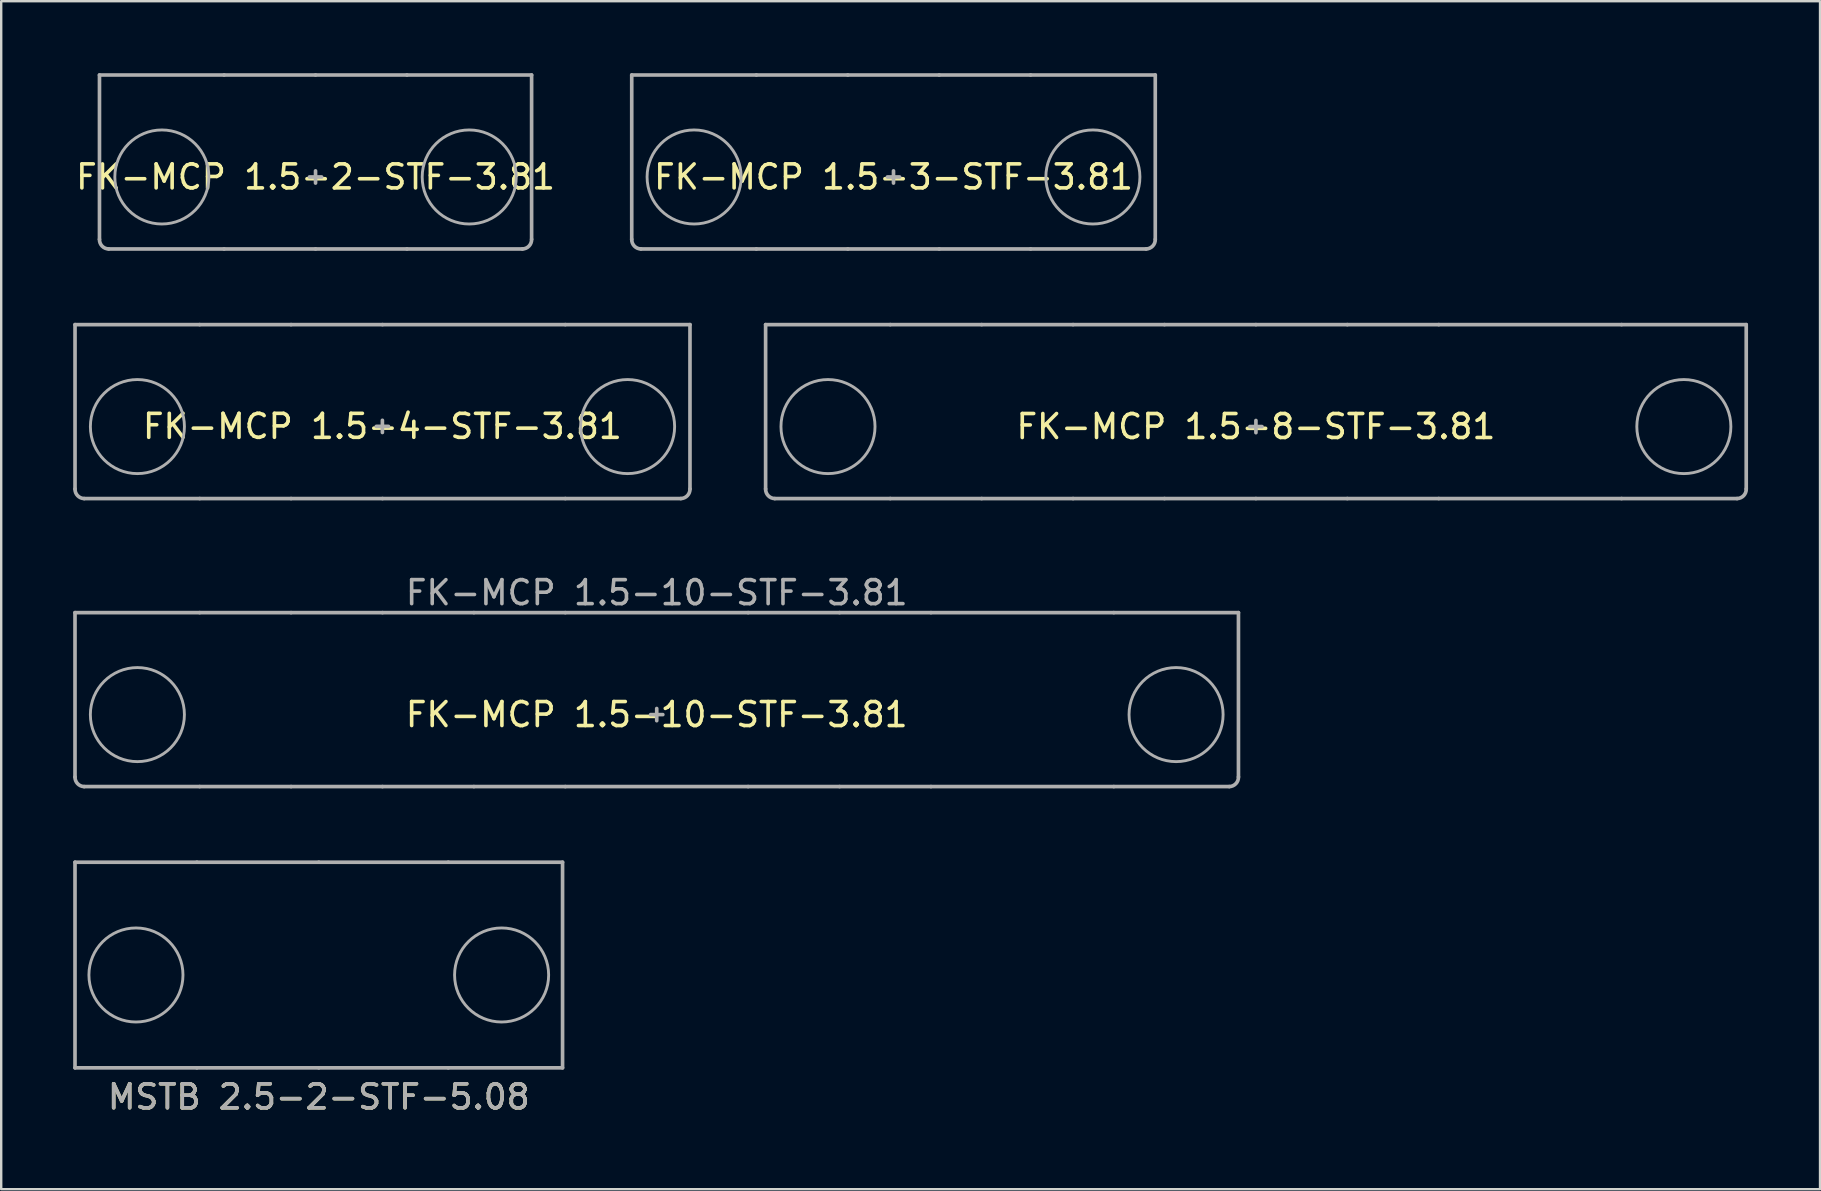
<source format=kicad_pcb>
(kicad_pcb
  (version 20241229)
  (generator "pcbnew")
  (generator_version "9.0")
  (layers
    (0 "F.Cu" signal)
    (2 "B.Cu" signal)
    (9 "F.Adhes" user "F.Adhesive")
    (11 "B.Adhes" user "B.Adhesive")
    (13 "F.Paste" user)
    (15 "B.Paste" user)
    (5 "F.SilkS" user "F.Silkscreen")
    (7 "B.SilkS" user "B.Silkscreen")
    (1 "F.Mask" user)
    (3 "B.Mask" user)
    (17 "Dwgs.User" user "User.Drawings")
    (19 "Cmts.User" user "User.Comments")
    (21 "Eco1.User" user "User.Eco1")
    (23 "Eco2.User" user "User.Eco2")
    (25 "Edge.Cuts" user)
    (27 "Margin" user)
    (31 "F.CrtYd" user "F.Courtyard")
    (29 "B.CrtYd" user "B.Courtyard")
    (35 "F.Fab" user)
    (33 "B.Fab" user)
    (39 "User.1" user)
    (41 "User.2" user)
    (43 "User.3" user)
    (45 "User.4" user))
  (footprint "MSTB 2.5-2-STF-5.08"
    (layer "F.Cu")
    (at 10.236 37.585)
    (property "Reference" "MSTB 2.5-2-STF-5.08" (at 0 5.08 0) (layer "F.SilkS") (effects (font (size 1 1) (thickness 0.15))))
    (attr through_hole)
    (fp_line (start -10.16 -4.7) (end -10.16 3.87) (stroke (width 0.152) (type solid)) (layer "F.Fab"))
    (fp_line (start -5.08 -4.7) (end -10.16 -4.7) (stroke (width 0.152) (type solid)) (layer "F.Fab"))
    (fp_line (start -5.08 -4.7) (end 0 -4.7) (stroke (width 0.152) (type solid)) (layer "F.Fab"))
    (fp_line (start -5.08 3.87) (end -10.16 3.87) (stroke (width 0.152) (type solid)) (layer "F.Fab"))
    (fp_line (start -5.08 3.87) (end 0 3.87) (stroke (width 0.152) (type solid)) (layer "F.Fab"))
    (fp_line (start 0 -4.7) (end 5.397 -4.7) (stroke (width 0.152) (type solid)) (layer "F.Fab"))
    (fp_line (start 0 3.87) (end 5.397 3.87) (stroke (width 0.152) (type solid)) (layer "F.Fab"))
    (fp_line (start 5.397 -4.7) (end 10.16 -4.7) (stroke (width 0.152) (type solid)) (layer "F.Fab"))
    (fp_line (start 5.397 3.87) (end 10.16 3.87) (stroke (width 0.152) (type solid)) (layer "F.Fab"))
    (fp_line (start 10.16 -4.7) (end 10.16 3.87) (stroke (width 0.152) (type solid)) (layer "F.Fab"))
    (fp_circle (center -7.62 0) (end -5.66 0) (stroke (width 0.12) (type default)) (fill no) (layer "F.Fab"))
    (fp_circle (center 7.62 0) (end 9.58 0) (stroke (width 0.12) (type default)) (fill no) (layer "F.Fab"))
    (fp_text user "${REFERENCE}" (at 0 5.08 0) (layer "F.Fab") (effects (font (size 1 1) (thickness 0.15)))))
  (footprint "FK-MCP 1.5-8-STF-3.81"
    (layer "F.Cu")
    (at 49.294 14.729)
    (property "Reference" "FK-MCP 1.5-8-STF-3.81" (at 0 0 0) (layer "F.SilkS") (effects (font (size 1 1) (thickness 0.15))))
    (attr through_hole exclude_from_pos_files exclude_from_bom)
    (fp_line (start -20.435 -4.25) (end -20.435 2.6) (stroke (width 0.152) (type solid)) (layer "F.Fab"))
    (fp_line (start -20.435 -4.25) (end -15.24 -4.25) (stroke (width 0.152) (type solid)) (layer "F.Fab"))
    (fp_line (start -15.24 3) (end -20.054 3) (stroke (width 0.152) (type solid)) (layer "F.Fab"))
    (fp_line (start -11.43 -4.25) (end -15.24 -4.25) (stroke (width 0.152) (type solid)) (layer "F.Fab"))
    (fp_line (start -11.43 -4.25) (end -7.62 -4.25) (stroke (width 0.152) (type solid)) (layer "F.Fab"))
    (fp_line (start -11.43 3) (end -15.24 3) (stroke (width 0.152) (type solid)) (layer "F.Fab"))
    (fp_line (start -11.43 3) (end -7.62 3) (stroke (width 0.152) (type solid)) (layer "F.Fab"))
    (fp_line (start -7.62 -4.25) (end -3.81 -4.25) (stroke (width 0.152) (type solid)) (layer "F.Fab"))
    (fp_line (start -7.62 3) (end -3.81 3) (stroke (width 0.152) (type solid)) (layer "F.Fab"))
    (fp_line (start -3.81 -4.25) (end 0 -4.25) (stroke (width 0.152) (type solid)) (layer "F.Fab"))
    (fp_line (start -3.81 3) (end 0 3) (stroke (width 0.152) (type solid)) (layer "F.Fab"))
    (fp_line (start 0 -4.25) (end 3.81 -4.25) (stroke (width 0.152) (type solid)) (layer "F.Fab"))
    (fp_line (start 0 3) (end 3.81 3) (stroke (width 0.152) (type solid)) (layer "F.Fab"))
    (fp_line (start 3.81 -4.25) (end 7.62 -4.25) (stroke (width 0.152) (type solid)) (layer "F.Fab"))
    (fp_line (start 3.81 3) (end 7.62 3) (stroke (width 0.152) (type solid)) (layer "F.Fab"))
    (fp_line (start 7.62 -4.25) (end 15.24 -4.25) (stroke (width 0.152) (type solid)) (layer "F.Fab"))
    (fp_line (start 7.62 3) (end 15.24 3) (stroke (width 0.152) (type solid)) (layer "F.Fab"))
    (fp_line (start 15.24 3) (end 20.054 3) (stroke (width 0.152) (type solid)) (layer "F.Fab"))
    (fp_line (start 20.435 -4.25) (end 15.24 -4.25) (stroke (width 0.152) (type solid)) (layer "F.Fab"))
    (fp_line (start 20.435 -4.25) (end 20.435 2.6) (stroke (width 0.152) (type solid)) (layer "F.Fab"))
    (fp_arc (start -20.054 3) (mid -20.327342 2.878907) (end -20.435 2.6) (stroke (width 0.1524) (type solid)) (layer "F.Fab"))
    (fp_arc (start 20.435 2.6) (mid 20.327343 2.878908) (end 20.054 3) (stroke (width 0.1524) (type solid)) (layer "F.Fab"))
    (fp_circle (center -17.835 0) (end -15.875 0) (stroke (width 0.12) (type default)) (fill no) (layer "F.Fab"))
    (fp_circle (center 17.835 0) (end 15.875 0) (stroke (width 0.12) (type default)) (fill no) (layer "F.Fab"))
    (dimension (type center) (layer "F.Fab") (pts (xy 49.294 14.729) (xy 49.548 14.729)) (style (thickness 0.152) (arrow_length 1.27) (text_position_mode 0) (extension_offset 0.5) (keep_text_aligned yes))))
  (footprint "FK-MCP 1.5-3-STF-3.81"
    (layer "F.Cu")
    (at 34.189 4.326)
    (property "Reference" "FK-MCP 1.5-3-STF-3.81" (at 0 0 0) (layer "F.SilkS") (effects (font (size 1 1) (thickness 0.15))))
    (attr through_hole exclude_from_pos_files exclude_from_bom)
    (fp_line (start -10.91 -4.25) (end -10.91 2.6) (stroke (width 0.152) (type solid)) (layer "F.Fab"))
    (fp_line (start -10.91 -4.25) (end -5.715 -4.25) (stroke (width 0.152) (type solid)) (layer "F.Fab"))
    (fp_line (start -5.715 3) (end -10.529 3) (stroke (width 0.152) (type solid)) (layer "F.Fab"))
    (fp_line (start -1.905 -4.25) (end -5.715 -4.25) (stroke (width 0.152) (type solid)) (layer "F.Fab"))
    (fp_line (start -1.905 -4.25) (end 1.905 -4.25) (stroke (width 0.152) (type solid)) (layer "F.Fab"))
    (fp_line (start -1.905 3) (end -5.715 3) (stroke (width 0.152) (type solid)) (layer "F.Fab"))
    (fp_line (start -1.905 3) (end 1.905 3) (stroke (width 0.152) (type solid)) (layer "F.Fab"))
    (fp_line (start 1.905 -4.25) (end 5.715 -4.25) (stroke (width 0.152) (type solid)) (layer "F.Fab"))
    (fp_line (start 1.905 3) (end 5.715 3) (stroke (width 0.152) (type solid)) (layer "F.Fab"))
    (fp_line (start 5.715 3) (end 10.529 3) (stroke (width 0.152) (type solid)) (layer "F.Fab"))
    (fp_line (start 10.91 -4.25) (end 5.715 -4.25) (stroke (width 0.152) (type solid)) (layer "F.Fab"))
    (fp_line (start 10.91 -4.25) (end 10.91 2.6) (stroke (width 0.152) (type solid)) (layer "F.Fab"))
    (fp_arc (start -10.529 3) (mid -10.802342 2.878907) (end -10.91 2.6) (stroke (width 0.1524) (type solid)) (layer "F.Fab"))
    (fp_arc (start 10.91 2.6) (mid 10.802343 2.878908) (end 10.529 3) (stroke (width 0.1524) (type solid)) (layer "F.Fab"))
    (fp_circle (center -8.31 0) (end -6.35 0) (stroke (width 0.12) (type default)) (fill no) (layer "F.Fab"))
    (fp_circle (center 8.31 0) (end 6.35 0) (stroke (width 0.12) (type default)) (fill no) (layer "F.Fab"))
    (dimension (type center) (layer "F.Fab") (pts (xy 34.189 4.326) (xy 34.443 4.326)) (style (thickness 0.152) (arrow_length 1.27) (text_position_mode 0) (extension_offset 0.5) (keep_text_aligned yes))))
  (footprint "FK-MCP 1.5-10-STF-3.81"
    (layer "F.Cu")
    (at 24.321 26.733)
    (property "Reference" "FK-MCP 1.5-10-STF-3.81" (at 0 0 0) (layer "F.SilkS") (effects (font (size 1 1) (thickness 0.15))))
    (attr through_hole exclude_from_pos_files exclude_from_bom)
    (fp_line (start -24.245 -4.25) (end -24.245 2.6) (stroke (width 0.152) (type solid)) (layer "F.Fab"))
    (fp_line (start -24.245 -4.25) (end -19.05 -4.25) (stroke (width 0.152) (type solid)) (layer "F.Fab"))
    (fp_line (start -19.05 3) (end -23.864 3) (stroke (width 0.152) (type solid)) (layer "F.Fab"))
    (fp_line (start -15.24 -4.25) (end -19.05 -4.25) (stroke (width 0.152) (type solid)) (layer "F.Fab"))
    (fp_line (start -15.24 -4.25) (end -11.43 -4.25) (stroke (width 0.152) (type solid)) (layer "F.Fab"))
    (fp_line (start -15.24 3) (end -19.05 3) (stroke (width 0.152) (type solid)) (layer "F.Fab"))
    (fp_line (start -15.24 3) (end -11.43 3) (stroke (width 0.152) (type solid)) (layer "F.Fab"))
    (fp_line (start -11.43 -4.25) (end -7.62 -4.25) (stroke (width 0.152) (type solid)) (layer "F.Fab"))
    (fp_line (start -11.43 3) (end -7.62 3) (stroke (width 0.152) (type solid)) (layer "F.Fab"))
    (fp_line (start -7.62 -4.25) (end -3.81 -4.25) (stroke (width 0.152) (type solid)) (layer "F.Fab"))
    (fp_line (start -7.62 3) (end -3.81 3) (stroke (width 0.152) (type solid)) (layer "F.Fab"))
    (fp_line (start -3.81 -4.25) (end 3.81 -4.25) (stroke (width 0.152) (type solid)) (layer "F.Fab"))
    (fp_line (start -3.81 3) (end 3.81 3) (stroke (width 0.152) (type solid)) (layer "F.Fab"))
    (fp_line (start 3.81 -4.25) (end 7.62 -4.25) (stroke (width 0.152) (type solid)) (layer "F.Fab"))
    (fp_line (start 3.81 3) (end 7.62 3) (stroke (width 0.152) (type solid)) (layer "F.Fab"))
    (fp_line (start 7.62 -4.25) (end 11.43 -4.25) (stroke (width 0.152) (type solid)) (layer "F.Fab"))
    (fp_line (start 7.62 3) (end 11.43 3) (stroke (width 0.152) (type solid)) (layer "F.Fab"))
    (fp_line (start 11.43 -4.25) (end 19.05 -4.25) (stroke (width 0.152) (type solid)) (layer "F.Fab"))
    (fp_line (start 11.43 3) (end 19.05 3) (stroke (width 0.152) (type solid)) (layer "F.Fab"))
    (fp_line (start 19.05 3) (end 23.864 3) (stroke (width 0.152) (type solid)) (layer "F.Fab"))
    (fp_line (start 24.245 -4.25) (end 19.05 -4.25) (stroke (width 0.152) (type solid)) (layer "F.Fab"))
    (fp_line (start 24.245 -4.25) (end 24.245 2.6) (stroke (width 0.152) (type solid)) (layer "F.Fab"))
    (fp_arc (start -23.864 3) (mid -24.137342 2.878907) (end -24.245 2.6) (stroke (width 0.1524) (type solid)) (layer "F.Fab"))
    (fp_arc (start 24.245 2.6) (mid 24.137343 2.878908) (end 23.864 3) (stroke (width 0.1524) (type solid)) (layer "F.Fab"))
    (fp_circle (center -21.645 0) (end -19.685 0) (stroke (width 0.12) (type default)) (fill no) (layer "F.Fab"))
    (fp_circle (center 21.645 0) (end 19.685 0) (stroke (width 0.12) (type default)) (fill no) (layer "F.Fab"))
    (fp_text user "${REFERENCE}" (at 0 -5.08 0) (layer "F.Fab") (effects (font (size 1 1) (thickness 0.15))))
    (dimension (type center) (layer "F.Fab") (pts (xy 24.321 26.733) (xy 24.575 26.733)) (style (thickness 0.152) (arrow_length 1.27) (text_position_mode 0) (extension_offset 0.5) (keep_text_aligned yes))))
  (footprint "FK-MCP 1.5-2-STF-3.81"
    (layer "F.Cu")
    (at 10.101 4.326)
    (property "Reference" "FK-MCP 1.5-2-STF-3.81" (at 0 0 0) (layer "F.SilkS") (effects (font (size 1 1) (thickness 0.15))))
    (attr through_hole exclude_from_pos_files exclude_from_bom)
    (fp_line (start -9.005 -4.25) (end -9.005 2.6) (stroke (width 0.152) (type solid)) (layer "F.Fab"))
    (fp_line (start -9.005 -4.25) (end -3.81 -4.25) (stroke (width 0.152) (type solid)) (layer "F.Fab"))
    (fp_line (start -3.81 3) (end -8.624 3) (stroke (width 0.152) (type solid)) (layer "F.Fab"))
    (fp_line (start 0 -4.25) (end -3.81 -4.25) (stroke (width 0.152) (type solid)) (layer "F.Fab"))
    (fp_line (start 0 -4.25) (end 3.81 -4.25) (stroke (width 0.152) (type solid)) (layer "F.Fab"))
    (fp_line (start 0 3) (end -3.81 3) (stroke (width 0.152) (type solid)) (layer "F.Fab"))
    (fp_line (start 0 3) (end 3.81 3) (stroke (width 0.152) (type solid)) (layer "F.Fab"))
    (fp_line (start 3.81 3) (end 8.624 3) (stroke (width 0.152) (type solid)) (layer "F.Fab"))
    (fp_line (start 9.005 -4.25) (end 3.81 -4.25) (stroke (width 0.152) (type solid)) (layer "F.Fab"))
    (fp_line (start 9.005 -4.25) (end 9.005 2.6) (stroke (width 0.152) (type solid)) (layer "F.Fab"))
    (fp_arc (start -8.624 3) (mid -8.897342 2.878908) (end -9.005 2.6) (stroke (width 0.1524) (type solid)) (layer "F.Fab"))
    (fp_arc (start 9.005 2.6) (mid 8.897343 2.878909) (end 8.624 3) (stroke (width 0.1524) (type solid)) (layer "F.Fab"))
    (fp_circle (center -6.405 0) (end -4.445 0) (stroke (width 0.12) (type default)) (fill no) (layer "F.Fab"))
    (fp_circle (center 6.405 0) (end 4.445 0) (stroke (width 0.12) (type default)) (fill no) (layer "F.Fab"))
    (dimension (type center) (layer "F.Fab") (pts (xy 10.101 4.326) (xy 10.355 4.326)) (style (thickness 0.152) (arrow_length 1.27) (text_position_mode 0) (extension_offset 0.5) (keep_text_aligned yes))))
  (footprint "FK-MCP 1.5-4-STF-3.81"
    (layer "F.Cu")
    (at 12.887 14.721)
    (property "Reference" "FK-MCP 1.5-4-STF-3.81" (at 0 0 0) (layer "F.SilkS") (effects (font (size 1 1) (thickness 0.15))))
    (attr through_hole exclude_from_pos_files exclude_from_bom)
    (fp_line (start -12.81 -4.242) (end -12.81 2.608) (stroke (width 0.152) (type solid)) (layer "F.Fab"))
    (fp_line (start -12.81 -4.242) (end -7.615 -4.242) (stroke (width 0.152) (type solid)) (layer "F.Fab"))
    (fp_line (start -7.615 3.008) (end -12.429 3.008) (stroke (width 0.152) (type solid)) (layer "F.Fab"))
    (fp_line (start -3.805 -4.242) (end -7.615 -4.242) (stroke (width 0.152) (type solid)) (layer "F.Fab"))
    (fp_line (start -3.805 -4.242) (end 0.005 -4.242) (stroke (width 0.152) (type solid)) (layer "F.Fab"))
    (fp_line (start -3.805 3.008) (end -7.615 3.008) (stroke (width 0.152) (type solid)) (layer "F.Fab"))
    (fp_line (start -3.805 3.008) (end 0.005 3.008) (stroke (width 0.152) (type solid)) (layer "F.Fab"))
    (fp_line (start 0.005 -4.242) (end 7.625 -4.242) (stroke (width 0.152) (type solid)) (layer "F.Fab"))
    (fp_line (start 0.005 3.008) (end 7.625 3.008) (stroke (width 0.152) (type solid)) (layer "F.Fab"))
    (fp_line (start 7.625 3.008) (end 12.439 3.008) (stroke (width 0.152) (type solid)) (layer "F.Fab"))
    (fp_line (start 12.82 -4.242) (end 7.625 -4.242) (stroke (width 0.152) (type solid)) (layer "F.Fab"))
    (fp_line (start 12.82 -4.242) (end 12.82 2.608) (stroke (width 0.152) (type solid)) (layer "F.Fab"))
    (fp_arc (start -12.429359 3.007937) (mid -12.702701 2.886844) (end -12.810359 2.607937) (stroke (width 0.1524) (type solid)) (layer "F.Fab"))
    (fp_arc (start 12.819641 2.607937) (mid 12.711984 2.886845) (end 12.438641 3.007937) (stroke (width 0.1524) (type solid)) (layer "F.Fab"))
    (fp_circle (center -10.21 0.008) (end -8.25 0.008) (stroke (width 0.12) (type default)) (fill no) (layer "F.Fab"))
    (fp_circle (center 10.22 0.008) (end 8.26 0.008) (stroke (width 0.12) (type default)) (fill no) (layer "F.Fab"))
    (dimension (type center) (layer "F.Fab") (pts (xy 12.887 14.721) (xy 13.141 14.721)) (style (thickness 0.152) (arrow_length 1.27) (text_position_mode 0) (extension_offset 0.5) (keep_text_aligned yes))))
  (gr_rect
    (start -3 -3)
    (end 72.805 46.514)
    (stroke (width 0.1) (type default))
    (fill no)
    (layer "Edge.Cuts")))
</source>
